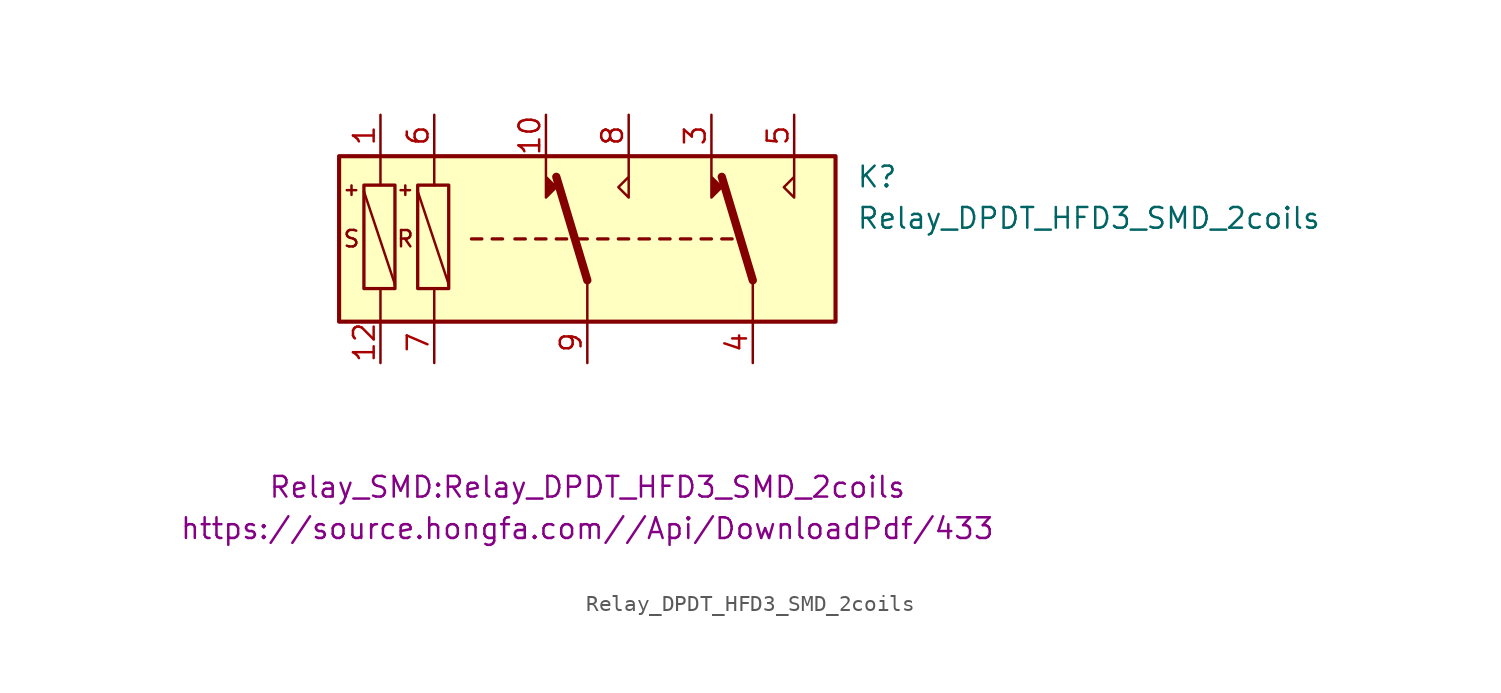
<source format=kicad_sym>
(kicad_symbol_lib
  (version 20231120)
  (generator "kicad_symbol_editor")
  (generator_version "8.0")
  (symbol "Relay_DPDT_HFD3_SMD_2coils"
    (property "Reference" "K"
      (at 16.51 3.81 0)
      (effects (font (size 1.27 1.27)) (justify left)))
    (property "Value" "Relay_DPDT_HFD3_SMD_2coils"
      (at 16.51 1.27 0)
      (effects (font (size 1.27 1.27)) (justify left)))
    (property "Footprint" "Relay_SMD:Relay_DPDT_HFD3_SMD_2coils"
      (at 0 -15.24 0)
      (effects (font (size 1.27 1.27))))
    (property "Datasheet" "https://source.hongfa.com//Api/DownloadPdf/433"
      (at 0 -17.78 0)
      (effects (font (size 1.27 1.27))))
    (symbol "Relay_DPDT_HFD3_SMD_2coils_0_0"
      (polyline (pts (xy -2.54 5.08) (xy -2.54 2.54) (xy -1.905 3.175) (xy -2.54 3.81)) (stroke (width 0) (type default)) (fill (type outline)))
      (polyline (pts (xy 2.54 5.08) (xy 2.54 2.54) (xy 1.905 3.175) (xy 2.54 3.81)) (stroke (width 0) (type default)) (fill (type none)))
      (polyline (pts (xy 7.62 5.08) (xy 7.62 2.54) (xy 8.255 3.175) (xy 7.62 3.81)) (stroke (width 0) (type default)) (fill (type outline)))
      (polyline (pts (xy 12.7 5.08) (xy 12.7 2.54) (xy 12.065 3.175) (xy 12.7 3.81)) (stroke (width 0) (type default)) (fill (type none)))
      (text "+" (at -14.478 3.048 0) (effects (font (size 0.762 0.762))))
      (text "+" (at -11.176 3.048 0) (effects (font (size 0.762 0.762))))
      (text "S" (at -14.478 0 0) (effects (font (size 1.016 1.016)))))
    (symbol "Relay_DPDT_HFD3_SMD_2coils_0_1"
      (rectangle (start -15.24 5.08) (end 15.24 -5.08) (stroke (width 0.254) (type default)) (fill (type background)))
      (rectangle (start -13.716 -3.048) (end -11.811 3.302) (stroke (width 0.203) (type default)) (fill (type none)))
      (rectangle (start -10.414 -3.048) (end -8.509 3.302) (stroke (width 0.203) (type default)) (fill (type none)))
      (polyline (pts (xy -12.7 -3.048) (xy -12.7 -5.08)) (stroke (width 0) (type default)) (fill (type none)))
      (polyline (pts (xy -12.7 -3.048) (xy -12.7 -3.048)) (stroke (width 0) (type default)) (fill (type none)))
      (polyline (pts (xy -12.7 5.08) (xy -12.7 3.302)) (stroke (width 0) (type default)) (fill (type none)))
      (polyline (pts (xy -11.811 -2.794) (xy -13.716 2.921)) (stroke (width 0) (type default)) (fill (type none)))
      (polyline (pts (xy -9.398 -3.048) (xy -9.398 -5.08)) (stroke (width 0) (type default)) (fill (type none)))
      (polyline (pts (xy -9.398 -3.048) (xy -9.398 -3.048)) (stroke (width 0) (type default)) (fill (type none)))
      (polyline (pts (xy -9.398 3.302) (xy -9.398 3.302)) (stroke (width 0) (type default)) (fill (type none)))
      (polyline (pts (xy -9.398 3.302) (xy -9.398 5.08)) (stroke (width 0) (type default)) (fill (type none)))
      (polyline (pts (xy -8.509 -2.794) (xy -10.414 2.921)) (stroke (width 0) (type default)) (fill (type none)))
      (polyline (pts (xy -7.112 0) (xy -6.477 0)) (stroke (width 0.203) (type default)) (fill (type none)))
      (polyline (pts (xy -5.842 0) (xy -5.207 0)) (stroke (width 0.203) (type default)) (fill (type none)))
      (polyline (pts (xy -4.445 0) (xy -3.81 0)) (stroke (width 0.203) (type default)) (fill (type none)))
      (polyline (pts (xy -3.175 0) (xy -2.54 0)) (stroke (width 0.203) (type default)) (fill (type none)))
      (polyline (pts (xy -1.905 0) (xy -1.27 0)) (stroke (width 0.203) (type default)) (fill (type none)))
      (polyline (pts (xy -0.635 0) (xy 0 0)) (stroke (width 0.203) (type default)) (fill (type none)))
      (polyline (pts (xy 0 -2.54) (xy -1.905 3.81)) (stroke (width 0.508) (type default)) (fill (type none)))
      (polyline (pts (xy 0 -2.54) (xy 0 -5.08)) (stroke (width 0) (type default)) (fill (type none)))
      (polyline (pts (xy 0.635 0) (xy 1.27 0)) (stroke (width 0.203) (type default)) (fill (type none)))
      (polyline (pts (xy 1.905 0) (xy 2.54 0)) (stroke (width 0.203) (type default)) (fill (type none)))
      (polyline (pts (xy 3.175 0) (xy 3.81 0)) (stroke (width 0.203) (type default)) (fill (type none)))
      (polyline (pts (xy 4.445 0) (xy 5.08 0)) (stroke (width 0.203) (type default)) (fill (type none)))
      (polyline (pts (xy 5.715 0) (xy 6.35 0)) (stroke (width 0.203) (type default)) (fill (type none)))
      (polyline (pts (xy 6.985 0) (xy 7.62 0)) (stroke (width 0.203) (type default)) (fill (type none)))
      (polyline (pts (xy 8.255 0) (xy 8.89 0)) (stroke (width 0.203) (type default)) (fill (type none)))
      (polyline (pts (xy 10.16 -2.54) (xy 8.255 3.81)) (stroke (width 0.508) (type default)) (fill (type none)))
      (polyline (pts (xy 10.16 -2.54) (xy 10.16 -5.08)) (stroke (width 0) (type default)) (fill (type none))))
    (symbol "Relay_DPDT_HFD3_SMD_2coils_1_1"
      (text "R" (at -11.176 0 0) (effects (font (size 1 1))))
      (pin passive line (at -12.7 7.62 270) (length 2.54) (name "~" (effects (font (size 1.27 1.27)))) (number "1" (effects (font (size 1.27 1.27)))))
      (pin passive line (at -2.54 7.62 270) (length 2.54) (name "~" (effects (font (size 1.27 1.27)))) (number "10" (effects (font (size 1.27 1.27)))))
      (pin passive line (at -12.7 -7.62 90) (length 2.54) (name "~" (effects (font (size 1.27 1.27)))) (number "12" (effects (font (size 1.27 1.27)))))
      (pin passive line (at 7.62 7.62 270) (length 2.54) (name "~" (effects (font (size 1.27 1.27)))) (number "3" (effects (font (size 1.27 1.27)))))
      (pin passive line (at 10.16 -7.62 90) (length 2.54) (name "~" (effects (font (size 1.27 1.27)))) (number "4" (effects (font (size 1.27 1.27)))))
      (pin passive line (at 12.7 7.62 270) (length 2.54) (name "~" (effects (font (size 1.27 1.27)))) (number "5" (effects (font (size 1.27 1.27)))))
      (pin passive line (at -9.398 7.62 270) (length 2.54) (name "~" (effects (font (size 1.27 1.27)))) (number "6" (effects (font (size 1.27 1.27)))))
      (pin passive line (at -9.398 -7.62 90) (length 2.54) (name "~" (effects (font (size 1.27 1.27)))) (number "7" (effects (font (size 1.27 1.27)))))
      (pin passive line (at 2.54 7.62 270) (length 2.54) (name "~" (effects (font (size 1.27 1.27)))) (number "8" (effects (font (size 1.27 1.27)))))
      (pin passive line (at 0 -7.62 90) (length 2.54) (name "~" (effects (font (size 1.27 1.27)))) (number "9" (effects (font (size 1.27 1.27))))))))
</source>
